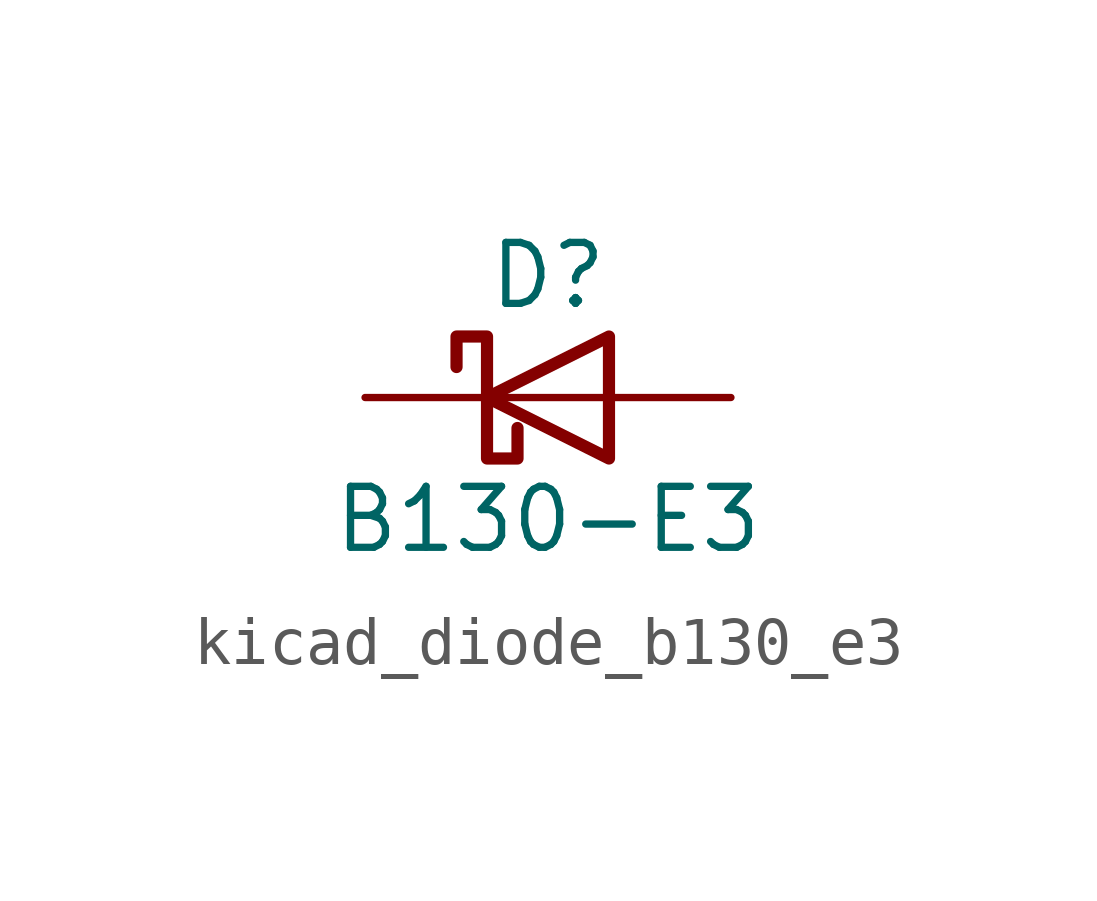
<source format=kicad_sym>
(kicad_symbol_lib
  (version 20220914)
  (generator kicad_symbol_editor)
  (symbol "kicad_diode_b130_e3"
    (pin_numbers hide)
    (pin_names hide)
    (property "Reference" "D"
      (at 0 2.54 0)
      (effects (font (size 1.27 1.27))))
    (property "Value" "B130-E3"
      (at 0 -2.54 0)
      (effects (font (size 1.27 1.27))))
    (symbol "kicad_diode_b130_e3_0_1"
      (polyline (pts (xy 1.27 0) (xy -1.27 0)) (stroke (width 0) (type default)) (fill (type none)))
      (polyline (pts (xy 1.27 1.27) (xy 1.27 -1.27) (xy -1.27 0) (xy 1.27 1.27)) (stroke (width 0.254) (type default)) (fill (type none)))
      (polyline (pts (xy -1.905 0.635) (xy -1.905 1.27) (xy -1.27 1.27) (xy -1.27 -1.27) (xy -0.635 -1.27) (xy -0.635 -0.635)) (stroke (width 0.254) (type default)) (fill (type none))))
    (symbol "kicad_diode_b130_e3_1_1"
      (pin passive line (at -3.81 0 0) (length 2.54) (name "K" (effects (font (size 1.27 1.27)))) (number "1" (effects (font (size 1.27 1.27)))))
      (pin passive line (at 3.81 0 180) (length 2.54) (name "A" (effects (font (size 1.27 1.27)))) (number "2" (effects (font (size 1.27 1.27))))))))
</source>
